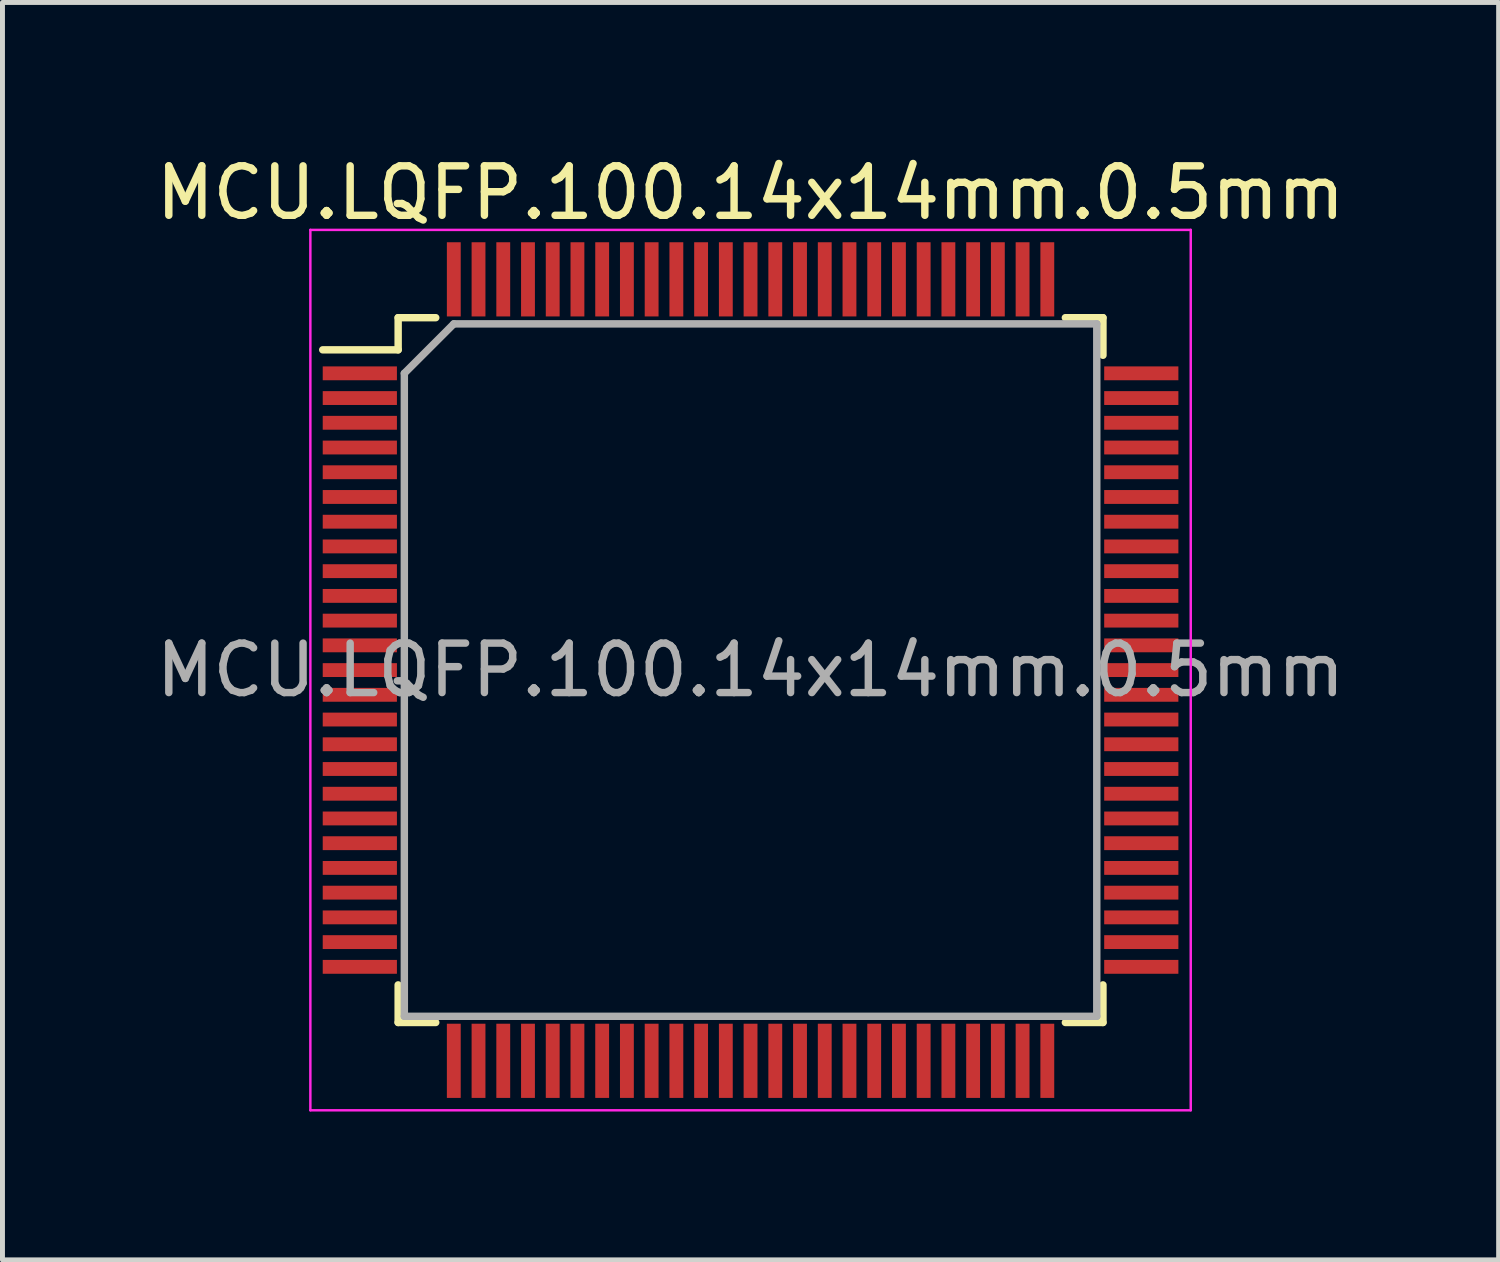
<source format=kicad_pcb>
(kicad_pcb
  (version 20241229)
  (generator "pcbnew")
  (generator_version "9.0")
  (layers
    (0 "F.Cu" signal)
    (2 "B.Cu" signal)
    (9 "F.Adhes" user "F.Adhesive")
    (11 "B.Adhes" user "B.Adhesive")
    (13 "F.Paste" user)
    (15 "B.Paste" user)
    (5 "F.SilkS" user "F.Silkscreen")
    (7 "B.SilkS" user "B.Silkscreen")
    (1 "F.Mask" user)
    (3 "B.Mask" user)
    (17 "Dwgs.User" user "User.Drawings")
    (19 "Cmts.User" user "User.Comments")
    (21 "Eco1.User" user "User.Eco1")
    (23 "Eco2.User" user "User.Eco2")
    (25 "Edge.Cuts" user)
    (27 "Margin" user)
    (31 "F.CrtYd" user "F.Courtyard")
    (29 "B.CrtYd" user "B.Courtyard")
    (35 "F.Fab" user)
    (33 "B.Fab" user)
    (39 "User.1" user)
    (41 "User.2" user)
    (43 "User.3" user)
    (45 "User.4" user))
  (footprint "MCU.LQFP.100.14x14mm.0.5mm"
    (layer "F.Cu")
    (at 12.125 10.498)
    (property "Reference" "MCU.LQFP.100.14x14mm.0.5mm" (at 0 -9.65 0) (layer "F.SilkS") (effects (font (size 1 1) (thickness 0.15))))
    (attr smd)
    (fp_line (start -7.125 -7.125) (end -7.125 -6.475) (stroke (width 0.15) (type solid)) (layer "F.SilkS"))
    (fp_line (start -7.125 -7.125) (end -6.365 -7.125) (stroke (width 0.15) (type solid)) (layer "F.SilkS"))
    (fp_line (start -7.125 -6.475) (end -8.65 -6.475) (stroke (width 0.15) (type solid)) (layer "F.SilkS"))
    (fp_line (start -7.125 7.125) (end -7.125 6.365) (stroke (width 0.15) (type solid)) (layer "F.SilkS"))
    (fp_line (start -7.125 7.125) (end -6.365 7.125) (stroke (width 0.15) (type solid)) (layer "F.SilkS"))
    (fp_line (start 7.125 -7.125) (end 6.365 -7.125) (stroke (width 0.15) (type solid)) (layer "F.SilkS"))
    (fp_line (start 7.125 -7.125) (end 7.125 -6.365) (stroke (width 0.15) (type solid)) (layer "F.SilkS"))
    (fp_line (start 7.125 7.125) (end 6.365 7.125) (stroke (width 0.15) (type solid)) (layer "F.SilkS"))
    (fp_line (start 7.125 7.125) (end 7.125 6.365) (stroke (width 0.15) (type solid)) (layer "F.SilkS"))
    (fp_line (start -8.9 -8.9) (end -8.9 8.9) (stroke (width 0.05) (type solid)) (layer "F.CrtYd"))
    (fp_line (start -8.9 -8.9) (end 8.9 -8.9) (stroke (width 0.05) (type solid)) (layer "F.CrtYd"))
    (fp_line (start -8.9 8.9) (end 8.9 8.9) (stroke (width 0.05) (type solid)) (layer "F.CrtYd"))
    (fp_line (start 8.9 -8.9) (end 8.9 8.9) (stroke (width 0.05) (type solid)) (layer "F.CrtYd"))
    (fp_line (start -7 -6) (end -6 -7) (stroke (width 0.15) (type solid)) (layer "F.Fab"))
    (fp_line (start -7 7) (end -7 -6) (stroke (width 0.15) (type solid)) (layer "F.Fab"))
    (fp_line (start -6 -7) (end 7 -7) (stroke (width 0.15) (type solid)) (layer "F.Fab"))
    (fp_line (start 7 -7) (end 7 7) (stroke (width 0.15) (type solid)) (layer "F.Fab"))
    (fp_line (start 7 7) (end -7 7) (stroke (width 0.15) (type solid)) (layer "F.Fab"))
    (fp_text user "${REFERENCE}" (at 0 0 0) (layer "F.Fab") (effects (font (size 1 1) (thickness 0.15))))
    (pad "1" smd rect (at -7.9 -6) (size 1.5 0.28) (layers "F.Cu" "F.Mask" "F.Paste"))
    (pad "2" smd rect (at -7.9 -5.5) (size 1.5 0.28) (layers "F.Cu" "F.Mask" "F.Paste"))
    (pad "3" smd rect (at -7.9 -5) (size 1.5 0.28) (layers "F.Cu" "F.Mask" "F.Paste"))
    (pad "4" smd rect (at -7.9 -4.5) (size 1.5 0.28) (layers "F.Cu" "F.Mask" "F.Paste"))
    (pad "5" smd rect (at -7.9 -4) (size 1.5 0.28) (layers "F.Cu" "F.Mask" "F.Paste"))
    (pad "6" smd rect (at -7.9 -3.5) (size 1.5 0.28) (layers "F.Cu" "F.Mask" "F.Paste"))
    (pad "7" smd rect (at -7.9 -3) (size 1.5 0.28) (layers "F.Cu" "F.Mask" "F.Paste"))
    (pad "8" smd rect (at -7.9 -2.5) (size 1.5 0.28) (layers "F.Cu" "F.Mask" "F.Paste"))
    (pad "9" smd rect (at -7.9 -2) (size 1.5 0.28) (layers "F.Cu" "F.Mask" "F.Paste"))
    (pad "10" smd rect (at -7.9 -1.5) (size 1.5 0.28) (layers "F.Cu" "F.Mask" "F.Paste"))
    (pad "11" smd rect (at -7.9 -1) (size 1.5 0.28) (layers "F.Cu" "F.Mask" "F.Paste"))
    (pad "12" smd rect (at -7.9 -0.5) (size 1.5 0.28) (layers "F.Cu" "F.Mask" "F.Paste"))
    (pad "13" smd rect (at -7.9 0) (size 1.5 0.28) (layers "F.Cu" "F.Mask" "F.Paste"))
    (pad "14" smd rect (at -7.9 0.5) (size 1.5 0.28) (layers "F.Cu" "F.Mask" "F.Paste"))
    (pad "15" smd rect (at -7.9 1) (size 1.5 0.28) (layers "F.Cu" "F.Mask" "F.Paste"))
    (pad "16" smd rect (at -7.9 1.5) (size 1.5 0.28) (layers "F.Cu" "F.Mask" "F.Paste"))
    (pad "17" smd rect (at -7.9 2) (size 1.5 0.28) (layers "F.Cu" "F.Mask" "F.Paste"))
    (pad "18" smd rect (at -7.9 2.5) (size 1.5 0.28) (layers "F.Cu" "F.Mask" "F.Paste"))
    (pad "19" smd rect (at -7.9 3) (size 1.5 0.28) (layers "F.Cu" "F.Mask" "F.Paste"))
    (pad "20" smd rect (at -7.9 3.5) (size 1.5 0.28) (layers "F.Cu" "F.Mask" "F.Paste"))
    (pad "21" smd rect (at -7.9 4) (size 1.5 0.28) (layers "F.Cu" "F.Mask" "F.Paste"))
    (pad "22" smd rect (at -7.9 4.5) (size 1.5 0.28) (layers "F.Cu" "F.Mask" "F.Paste"))
    (pad "23" smd rect (at -7.9 5) (size 1.5 0.28) (layers "F.Cu" "F.Mask" "F.Paste"))
    (pad "24" smd rect (at -7.9 5.5) (size 1.5 0.28) (layers "F.Cu" "F.Mask" "F.Paste"))
    (pad "25" smd rect (at -7.9 6) (size 1.5 0.28) (layers "F.Cu" "F.Mask" "F.Paste"))
    (pad "26" smd rect (at -6 7.9 90) (size 1.5 0.28) (layers "F.Cu" "F.Mask" "F.Paste"))
    (pad "27" smd rect (at -5.5 7.9 90) (size 1.5 0.28) (layers "F.Cu" "F.Mask" "F.Paste"))
    (pad "28" smd rect (at -5 7.9 90) (size 1.5 0.28) (layers "F.Cu" "F.Mask" "F.Paste"))
    (pad "29" smd rect (at -4.5 7.9 90) (size 1.5 0.28) (layers "F.Cu" "F.Mask" "F.Paste"))
    (pad "30" smd rect (at -4 7.9 90) (size 1.5 0.28) (layers "F.Cu" "F.Mask" "F.Paste"))
    (pad "31" smd rect (at -3.5 7.9 90) (size 1.5 0.28) (layers "F.Cu" "F.Mask" "F.Paste"))
    (pad "32" smd rect (at -3 7.9 90) (size 1.5 0.28) (layers "F.Cu" "F.Mask" "F.Paste"))
    (pad "33" smd rect (at -2.5 7.9 90) (size 1.5 0.28) (layers "F.Cu" "F.Mask" "F.Paste"))
    (pad "34" smd rect (at -2 7.9 90) (size 1.5 0.28) (layers "F.Cu" "F.Mask" "F.Paste"))
    (pad "35" smd rect (at -1.5 7.9 90) (size 1.5 0.28) (layers "F.Cu" "F.Mask" "F.Paste"))
    (pad "36" smd rect (at -1 7.9 90) (size 1.5 0.28) (layers "F.Cu" "F.Mask" "F.Paste"))
    (pad "37" smd rect (at -0.5 7.9 90) (size 1.5 0.28) (layers "F.Cu" "F.Mask" "F.Paste"))
    (pad "38" smd rect (at 0 7.9 90) (size 1.5 0.28) (layers "F.Cu" "F.Mask" "F.Paste"))
    (pad "39" smd rect (at 0.5 7.9 90) (size 1.5 0.28) (layers "F.Cu" "F.Mask" "F.Paste"))
    (pad "40" smd rect (at 1 7.9 90) (size 1.5 0.28) (layers "F.Cu" "F.Mask" "F.Paste"))
    (pad "41" smd rect (at 1.5 7.9 90) (size 1.5 0.28) (layers "F.Cu" "F.Mask" "F.Paste"))
    (pad "42" smd rect (at 2 7.9 90) (size 1.5 0.28) (layers "F.Cu" "F.Mask" "F.Paste"))
    (pad "43" smd rect (at 2.5 7.9 90) (size 1.5 0.28) (layers "F.Cu" "F.Mask" "F.Paste"))
    (pad "44" smd rect (at 3 7.9 90) (size 1.5 0.28) (layers "F.Cu" "F.Mask" "F.Paste"))
    (pad "45" smd rect (at 3.5 7.9 90) (size 1.5 0.28) (layers "F.Cu" "F.Mask" "F.Paste"))
    (pad "46" smd rect (at 4 7.9 90) (size 1.5 0.28) (layers "F.Cu" "F.Mask" "F.Paste"))
    (pad "47" smd rect (at 4.5 7.9 90) (size 1.5 0.28) (layers "F.Cu" "F.Mask" "F.Paste"))
    (pad "48" smd rect (at 5 7.9 90) (size 1.5 0.28) (layers "F.Cu" "F.Mask" "F.Paste"))
    (pad "49" smd rect (at 5.5 7.9 90) (size 1.5 0.28) (layers "F.Cu" "F.Mask" "F.Paste"))
    (pad "50" smd rect (at 6 7.9 90) (size 1.5 0.28) (layers "F.Cu" "F.Mask" "F.Paste"))
    (pad "51" smd rect (at 7.9 6) (size 1.5 0.28) (layers "F.Cu" "F.Mask" "F.Paste"))
    (pad "52" smd rect (at 7.9 5.5) (size 1.5 0.28) (layers "F.Cu" "F.Mask" "F.Paste"))
    (pad "53" smd rect (at 7.9 5) (size 1.5 0.28) (layers "F.Cu" "F.Mask" "F.Paste"))
    (pad "54" smd rect (at 7.9 4.5) (size 1.5 0.28) (layers "F.Cu" "F.Mask" "F.Paste"))
    (pad "55" smd rect (at 7.9 4) (size 1.5 0.28) (layers "F.Cu" "F.Mask" "F.Paste"))
    (pad "56" smd rect (at 7.9 3.5) (size 1.5 0.28) (layers "F.Cu" "F.Mask" "F.Paste"))
    (pad "57" smd rect (at 7.9 3) (size 1.5 0.28) (layers "F.Cu" "F.Mask" "F.Paste"))
    (pad "58" smd rect (at 7.9 2.5) (size 1.5 0.28) (layers "F.Cu" "F.Mask" "F.Paste"))
    (pad "59" smd rect (at 7.9 2) (size 1.5 0.28) (layers "F.Cu" "F.Mask" "F.Paste"))
    (pad "60" smd rect (at 7.9 1.5) (size 1.5 0.28) (layers "F.Cu" "F.Mask" "F.Paste"))
    (pad "61" smd rect (at 7.9 1) (size 1.5 0.28) (layers "F.Cu" "F.Mask" "F.Paste"))
    (pad "62" smd rect (at 7.9 0.5) (size 1.5 0.28) (layers "F.Cu" "F.Mask" "F.Paste"))
    (pad "63" smd rect (at 7.9 0) (size 1.5 0.28) (layers "F.Cu" "F.Mask" "F.Paste"))
    (pad "64" smd rect (at 7.9 -0.5) (size 1.5 0.28) (layers "F.Cu" "F.Mask" "F.Paste"))
    (pad "65" smd rect (at 7.9 -1) (size 1.5 0.28) (layers "F.Cu" "F.Mask" "F.Paste"))
    (pad "66" smd rect (at 7.9 -1.5) (size 1.5 0.28) (layers "F.Cu" "F.Mask" "F.Paste"))
    (pad "67" smd rect (at 7.9 -2) (size 1.5 0.28) (layers "F.Cu" "F.Mask" "F.Paste"))
    (pad "68" smd rect (at 7.9 -2.5) (size 1.5 0.28) (layers "F.Cu" "F.Mask" "F.Paste"))
    (pad "69" smd rect (at 7.9 -3) (size 1.5 0.28) (layers "F.Cu" "F.Mask" "F.Paste"))
    (pad "70" smd rect (at 7.9 -3.5) (size 1.5 0.28) (layers "F.Cu" "F.Mask" "F.Paste"))
    (pad "71" smd rect (at 7.9 -4) (size 1.5 0.28) (layers "F.Cu" "F.Mask" "F.Paste"))
    (pad "72" smd rect (at 7.9 -4.5) (size 1.5 0.28) (layers "F.Cu" "F.Mask" "F.Paste"))
    (pad "73" smd rect (at 7.9 -5) (size 1.5 0.28) (layers "F.Cu" "F.Mask" "F.Paste"))
    (pad "74" smd rect (at 7.9 -5.5) (size 1.5 0.28) (layers "F.Cu" "F.Mask" "F.Paste"))
    (pad "75" smd rect (at 7.9 -6) (size 1.5 0.28) (layers "F.Cu" "F.Mask" "F.Paste"))
    (pad "76" smd rect (at 6 -7.9 90) (size 1.5 0.28) (layers "F.Cu" "F.Mask" "F.Paste"))
    (pad "77" smd rect (at 5.5 -7.9 90) (size 1.5 0.28) (layers "F.Cu" "F.Mask" "F.Paste"))
    (pad "78" smd rect (at 5 -7.9 90) (size 1.5 0.28) (layers "F.Cu" "F.Mask" "F.Paste"))
    (pad "79" smd rect (at 4.5 -7.9 90) (size 1.5 0.28) (layers "F.Cu" "F.Mask" "F.Paste"))
    (pad "80" smd rect (at 4 -7.9 90) (size 1.5 0.28) (layers "F.Cu" "F.Mask" "F.Paste"))
    (pad "81" smd rect (at 3.5 -7.9 90) (size 1.5 0.28) (layers "F.Cu" "F.Mask" "F.Paste"))
    (pad "82" smd rect (at 3 -7.9 90) (size 1.5 0.28) (layers "F.Cu" "F.Mask" "F.Paste"))
    (pad "83" smd rect (at 2.5 -7.9 90) (size 1.5 0.28) (layers "F.Cu" "F.Mask" "F.Paste"))
    (pad "84" smd rect (at 2 -7.9 90) (size 1.5 0.28) (layers "F.Cu" "F.Mask" "F.Paste"))
    (pad "85" smd rect (at 1.5 -7.9 90) (size 1.5 0.28) (layers "F.Cu" "F.Mask" "F.Paste"))
    (pad "86" smd rect (at 1 -7.9 90) (size 1.5 0.28) (layers "F.Cu" "F.Mask" "F.Paste"))
    (pad "87" smd rect (at 0.5 -7.9 90) (size 1.5 0.28) (layers "F.Cu" "F.Mask" "F.Paste"))
    (pad "88" smd rect (at 0 -7.9 90) (size 1.5 0.28) (layers "F.Cu" "F.Mask" "F.Paste"))
    (pad "89" smd rect (at -0.5 -7.9 90) (size 1.5 0.28) (layers "F.Cu" "F.Mask" "F.Paste"))
    (pad "90" smd rect (at -1 -7.9 90) (size 1.5 0.28) (layers "F.Cu" "F.Mask" "F.Paste"))
    (pad "91" smd rect (at -1.5 -7.9 90) (size 1.5 0.28) (layers "F.Cu" "F.Mask" "F.Paste"))
    (pad "92" smd rect (at -2 -7.9 90) (size 1.5 0.28) (layers "F.Cu" "F.Mask" "F.Paste"))
    (pad "93" smd rect (at -2.5 -7.9 90) (size 1.5 0.28) (layers "F.Cu" "F.Mask" "F.Paste"))
    (pad "94" smd rect (at -3 -7.9 90) (size 1.5 0.28) (layers "F.Cu" "F.Mask" "F.Paste"))
    (pad "95" smd rect (at -3.5 -7.9 90) (size 1.5 0.28) (layers "F.Cu" "F.Mask" "F.Paste"))
    (pad "96" smd rect (at -4 -7.9 90) (size 1.5 0.28) (layers "F.Cu" "F.Mask" "F.Paste"))
    (pad "97" smd rect (at -4.5 -7.9 90) (size 1.5 0.28) (layers "F.Cu" "F.Mask" "F.Paste"))
    (pad "98" smd rect (at -5 -7.9 90) (size 1.5 0.28) (layers "F.Cu" "F.Mask" "F.Paste"))
    (pad "99" smd rect (at -5.5 -7.9 90) (size 1.5 0.28) (layers "F.Cu" "F.Mask" "F.Paste"))
    (pad "100" smd rect (at -6 -7.9 90) (size 1.5 0.28) (layers "F.Cu" "F.Mask" "F.Paste")))
  (gr_rect
    (start -3 -3)
    (end 27.25 22.423)
    (stroke (width 0.1) (type default))
    (fill no)
    (layer "Edge.Cuts")))
</source>
